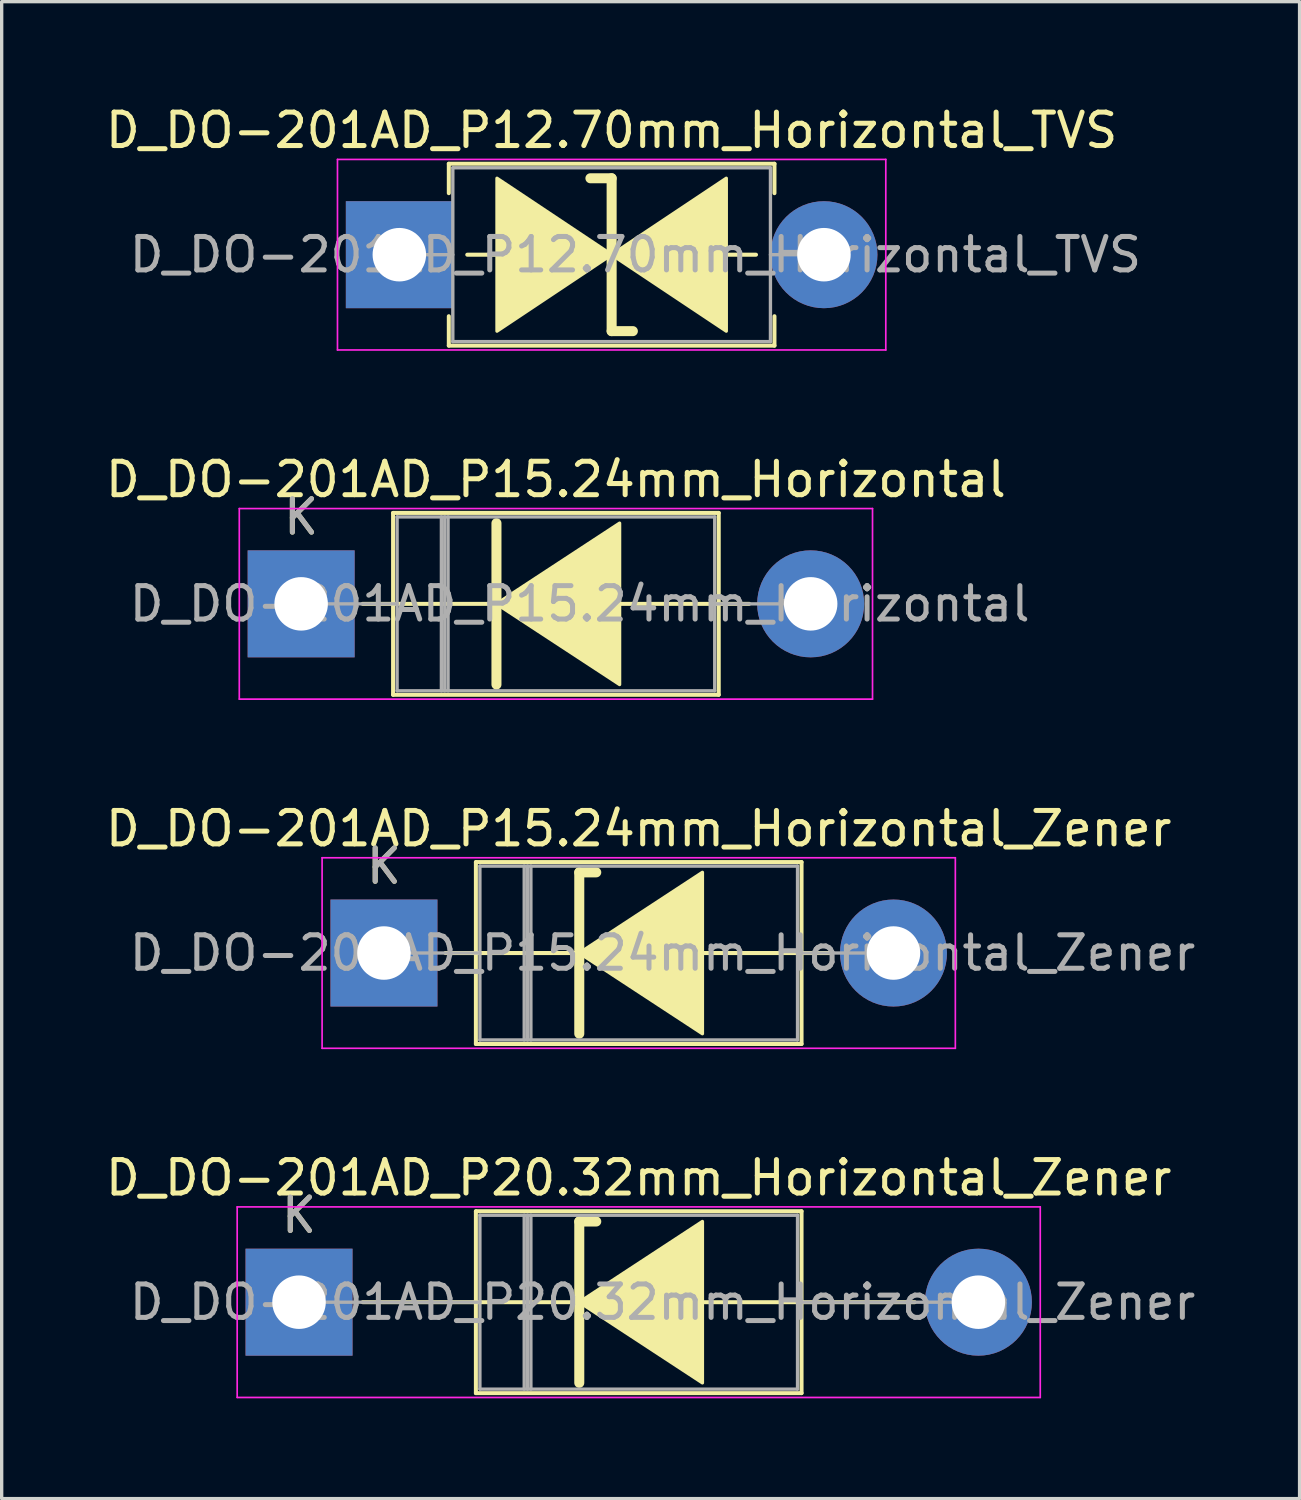
<source format=kicad_pcb>
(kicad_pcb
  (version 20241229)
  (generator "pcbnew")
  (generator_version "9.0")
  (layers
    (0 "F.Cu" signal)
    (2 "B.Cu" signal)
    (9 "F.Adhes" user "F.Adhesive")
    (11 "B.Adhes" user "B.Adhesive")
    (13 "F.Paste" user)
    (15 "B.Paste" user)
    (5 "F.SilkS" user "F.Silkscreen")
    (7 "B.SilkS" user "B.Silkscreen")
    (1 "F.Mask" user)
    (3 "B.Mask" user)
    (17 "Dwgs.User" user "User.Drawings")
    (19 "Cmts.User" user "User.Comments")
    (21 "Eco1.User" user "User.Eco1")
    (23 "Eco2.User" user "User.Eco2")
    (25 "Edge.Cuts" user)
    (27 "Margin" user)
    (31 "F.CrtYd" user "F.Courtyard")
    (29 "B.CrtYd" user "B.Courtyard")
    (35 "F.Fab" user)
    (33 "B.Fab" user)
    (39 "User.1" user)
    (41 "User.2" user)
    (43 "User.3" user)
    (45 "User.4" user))
  (footprint "D_DO-201AD_P15.24mm_Horizontal_Zener"
    (layer "F.Cu")
    (at 8.434 25.455)
    (property "Reference" "D_DO-201AD_P15.24mm_Horizontal_Zener" (at 7.62 -3.72 0) (layer "F.SilkS") (effects (font (size 1 1) (thickness 0.15))))
    (attr through_hole)
    (fp_line (start 1.84 0) (end 2.75 0) (stroke (width 0.12) (type solid)) (layer "F.SilkS"))
    (fp_line (start 2.75 -2.72) (end 2.75 2.72) (stroke (width 0.12) (type solid)) (layer "F.SilkS"))
    (fp_line (start 2.75 2.72) (end 12.49 2.72) (stroke (width 0.12) (type solid)) (layer "F.SilkS"))
    (fp_line (start 5.715 0) (end 2.75 0) (stroke (width 0.12) (type solid)) (layer "F.SilkS"))
    (fp_line (start 5.842 -2.413) (end 5.842 2.413) (stroke (width 0.3) (type solid)) (layer "F.SilkS"))
    (fp_line (start 5.842 -2.413) (end 6.35 -2.413) (stroke (width 0.3) (type solid)) (layer "F.SilkS"))
    (fp_line (start 9.525 0) (end 12.49 0) (stroke (width 0.12) (type solid)) (layer "F.SilkS"))
    (fp_line (start 12.49 -2.72) (end 2.75 -2.72) (stroke (width 0.12) (type solid)) (layer "F.SilkS"))
    (fp_line (start 12.49 2.72) (end 12.49 -2.72) (stroke (width 0.12) (type solid)) (layer "F.SilkS"))
    (fp_line (start 13.4 0) (end 12.49 0) (stroke (width 0.12) (type solid)) (layer "F.SilkS"))
    (fp_poly (pts (xy 9.525 2.413) (xy 5.842 0) (xy 9.525 -2.413)) (stroke (width 0.1) (type solid)) (fill yes) (layer "F.SilkS"))
    (fp_line (start -1.85 -2.85) (end -1.85 2.85) (stroke (width 0.05) (type solid)) (layer "F.CrtYd"))
    (fp_line (start -1.85 2.85) (end 17.09 2.85) (stroke (width 0.05) (type solid)) (layer "F.CrtYd"))
    (fp_line (start 17.09 -2.85) (end -1.85 -2.85) (stroke (width 0.05) (type solid)) (layer "F.CrtYd"))
    (fp_line (start 17.09 2.85) (end 17.09 -2.85) (stroke (width 0.05) (type solid)) (layer "F.CrtYd"))
    (fp_line (start 0 0) (end 2.87 0) (stroke (width 0.1) (type solid)) (layer "F.Fab"))
    (fp_line (start 2.87 -2.6) (end 2.87 2.6) (stroke (width 0.1) (type solid)) (layer "F.Fab"))
    (fp_line (start 2.87 2.6) (end 12.37 2.6) (stroke (width 0.1) (type solid)) (layer "F.Fab"))
    (fp_line (start 4.195 -2.6) (end 4.195 2.6) (stroke (width 0.1) (type solid)) (layer "F.Fab"))
    (fp_line (start 4.295 -2.6) (end 4.295 2.6) (stroke (width 0.1) (type solid)) (layer "F.Fab"))
    (fp_line (start 4.395 -2.6) (end 4.395 2.6) (stroke (width 0.1) (type solid)) (layer "F.Fab"))
    (fp_line (start 12.37 -2.6) (end 2.87 -2.6) (stroke (width 0.1) (type solid)) (layer "F.Fab"))
    (fp_line (start 12.37 2.6) (end 12.37 -2.6) (stroke (width 0.1) (type solid)) (layer "F.Fab"))
    (fp_line (start 15.24 0) (end 12.37 0) (stroke (width 0.1) (type solid)) (layer "F.Fab"))
    (fp_text user "K" (at 0 -2.6 0) (layer "F.SilkS") (effects (font (size 1 1) (thickness 0.15))))
    (fp_text user "${REFERENCE}" (at 8.332 0 0) (layer "F.Fab") (effects (font (size 1 1) (thickness 0.15))))
    (fp_text user "K" (at 0 -2.6 0) (layer "F.Fab") (effects (font (size 1 1) (thickness 0.15))))
    (pad "1" thru_hole rect (at 0 0) (size 3.2 3.2) (drill 1.6) (layers "*.Cu" "*.Mask"))
    (pad "2" thru_hole oval (at 15.24 0) (size 3.2 3.2) (drill 1.6) (layers "*.Cu" "*.Mask")))
  (footprint "D_DO-201AD_P15.24mm_Horizontal"
    (layer "F.Cu")
    (at 5.957 15.011)
    (property "Reference" "D_DO-201AD_P15.24mm_Horizontal" (at 7.62 -3.72 0) (layer "F.SilkS") (effects (font (size 1 1) (thickness 0.15))))
    (attr through_hole)
    (fp_line (start 1.84 0) (end 2.75 0) (stroke (width 0.12) (type solid)) (layer "F.SilkS"))
    (fp_line (start 2.75 -2.72) (end 2.75 2.72) (stroke (width 0.12) (type solid)) (layer "F.SilkS"))
    (fp_line (start 2.75 2.72) (end 12.49 2.72) (stroke (width 0.12) (type solid)) (layer "F.SilkS"))
    (fp_line (start 5.715 0) (end 2.75 0) (stroke (width 0.12) (type solid)) (layer "F.SilkS"))
    (fp_line (start 5.842 -2.413) (end 5.842 2.413) (stroke (width 0.3) (type solid)) (layer "F.SilkS"))
    (fp_line (start 9.525 0) (end 12.49 0) (stroke (width 0.12) (type solid)) (layer "F.SilkS"))
    (fp_line (start 12.49 -2.72) (end 2.75 -2.72) (stroke (width 0.12) (type solid)) (layer "F.SilkS"))
    (fp_line (start 12.49 2.72) (end 12.49 -2.72) (stroke (width 0.12) (type solid)) (layer "F.SilkS"))
    (fp_line (start 13.4 0) (end 12.49 0) (stroke (width 0.12) (type solid)) (layer "F.SilkS"))
    (fp_poly (pts (xy 9.525 2.413) (xy 5.842 0) (xy 9.525 -2.413)) (stroke (width 0.1) (type solid)) (fill yes) (layer "F.SilkS"))
    (fp_line (start -1.85 -2.85) (end -1.85 2.85) (stroke (width 0.05) (type solid)) (layer "F.CrtYd"))
    (fp_line (start -1.85 2.85) (end 17.09 2.85) (stroke (width 0.05) (type solid)) (layer "F.CrtYd"))
    (fp_line (start 17.09 -2.85) (end -1.85 -2.85) (stroke (width 0.05) (type solid)) (layer "F.CrtYd"))
    (fp_line (start 17.09 2.85) (end 17.09 -2.85) (stroke (width 0.05) (type solid)) (layer "F.CrtYd"))
    (fp_line (start 0 0) (end 2.87 0) (stroke (width 0.1) (type solid)) (layer "F.Fab"))
    (fp_line (start 2.87 -2.6) (end 2.87 2.6) (stroke (width 0.1) (type solid)) (layer "F.Fab"))
    (fp_line (start 2.87 2.6) (end 12.37 2.6) (stroke (width 0.1) (type solid)) (layer "F.Fab"))
    (fp_line (start 4.195 -2.6) (end 4.195 2.6) (stroke (width 0.1) (type solid)) (layer "F.Fab"))
    (fp_line (start 4.295 -2.6) (end 4.295 2.6) (stroke (width 0.1) (type solid)) (layer "F.Fab"))
    (fp_line (start 4.395 -2.6) (end 4.395 2.6) (stroke (width 0.1) (type solid)) (layer "F.Fab"))
    (fp_line (start 12.37 -2.6) (end 2.87 -2.6) (stroke (width 0.1) (type solid)) (layer "F.Fab"))
    (fp_line (start 12.37 2.6) (end 12.37 -2.6) (stroke (width 0.1) (type solid)) (layer "F.Fab"))
    (fp_line (start 15.24 0) (end 12.37 0) (stroke (width 0.1) (type solid)) (layer "F.Fab"))
    (fp_text user "K" (at 0 -2.6 0) (layer "F.SilkS") (effects (font (size 1 1) (thickness 0.15))))
    (fp_text user "${REFERENCE}" (at 8.332 0 0) (layer "F.Fab") (effects (font (size 1 1) (thickness 0.15))))
    (fp_text user "K" (at 0 -2.6 0) (layer "F.Fab") (effects (font (size 1 1) (thickness 0.15))))
    (pad "1" thru_hole rect (at 0 0) (size 3.2 3.2) (drill 1.6) (layers "*.Cu" "*.Mask"))
    (pad "2" thru_hole oval (at 15.24 0) (size 3.2 3.2) (drill 1.6) (layers "*.Cu" "*.Mask")))
  (footprint "D_DO-201AD_P12.70mm_Horizontal_TVS"
    (layer "F.Cu")
    (at 8.894 4.568)
    (property "Reference" "D_DO-201AD_P12.70mm_Horizontal_TVS" (at 6.35 -3.72 0) (layer "F.SilkS") (effects (font (size 1 1) (thickness 0.15))))
    (attr through_hole)
    (fp_line (start 1.48 -2.72) (end 11.22 -2.72) (stroke (width 0.12) (type solid)) (layer "F.SilkS"))
    (fp_line (start 1.48 -1.84) (end 1.48 -2.72) (stroke (width 0.12) (type solid)) (layer "F.SilkS"))
    (fp_line (start 1.48 1.84) (end 1.48 2.72) (stroke (width 0.12) (type solid)) (layer "F.SilkS"))
    (fp_line (start 1.48 2.72) (end 11.22 2.72) (stroke (width 0.12) (type solid)) (layer "F.SilkS"))
    (fp_line (start 2.032 0) (end 2.921 0) (stroke (width 0.12) (type solid)) (layer "F.SilkS"))
    (fp_line (start 6.35 -2.286) (end 5.715 -2.286) (stroke (width 0.3) (type solid)) (layer "F.SilkS"))
    (fp_line (start 6.35 2.286) (end 6.35 -2.286) (stroke (width 0.3) (type solid)) (layer "F.SilkS"))
    (fp_line (start 6.985 2.286) (end 6.35 2.286) (stroke (width 0.3) (type solid)) (layer "F.SilkS"))
    (fp_line (start 9.779 0) (end 10.668 0) (stroke (width 0.12) (type solid)) (layer "F.SilkS"))
    (fp_line (start 11.22 -2.72) (end 11.22 -1.84) (stroke (width 0.12) (type solid)) (layer "F.SilkS"))
    (fp_line (start 11.22 2.72) (end 11.22 1.84) (stroke (width 0.12) (type solid)) (layer "F.SilkS"))
    (fp_poly (pts (xy 6.35 0) (xy 2.921 2.286) (xy 2.921 -2.286)) (stroke (width 0.1) (type solid)) (fill yes) (layer "F.SilkS"))
    (fp_poly (pts (xy 6.35 0) (xy 9.779 -2.286) (xy 9.779 2.286)) (stroke (width 0.1) (type solid)) (fill yes) (layer "F.SilkS"))
    (fp_line (start -1.85 -2.85) (end -1.85 2.85) (stroke (width 0.05) (type solid)) (layer "F.CrtYd"))
    (fp_line (start -1.85 2.85) (end 14.55 2.85) (stroke (width 0.05) (type solid)) (layer "F.CrtYd"))
    (fp_line (start 14.55 -2.85) (end -1.85 -2.85) (stroke (width 0.05) (type solid)) (layer "F.CrtYd"))
    (fp_line (start 14.55 2.85) (end 14.55 -2.85) (stroke (width 0.05) (type solid)) (layer "F.CrtYd"))
    (fp_line (start 0 0) (end 1.6 0) (stroke (width 0.1) (type solid)) (layer "F.Fab"))
    (fp_line (start 1.6 -2.6) (end 1.6 2.6) (stroke (width 0.1) (type solid)) (layer "F.Fab"))
    (fp_line (start 1.6 2.6) (end 11.1 2.6) (stroke (width 0.1) (type solid)) (layer "F.Fab"))
    (fp_line (start 11.1 -2.6) (end 1.6 -2.6) (stroke (width 0.1) (type solid)) (layer "F.Fab"))
    (fp_line (start 11.1 2.6) (end 11.1 -2.6) (stroke (width 0.1) (type solid)) (layer "F.Fab"))
    (fp_line (start 12.7 0) (end 11.1 0) (stroke (width 0.1) (type solid)) (layer "F.Fab"))
    (fp_text user "${REFERENCE}" (at 7.062 0 0) (layer "F.Fab") (effects (font (size 1 1) (thickness 0.15))))
    (pad "1" thru_hole rect (at 0 0) (size 3.2 3.2) (drill 1.6) (layers "*.Cu" "*.Mask"))
    (pad "2" thru_hole oval (at 12.7 0) (size 3.2 3.2) (drill 1.6) (layers "*.Cu" "*.Mask")))
  (footprint "D_DO-201AD_P20.32mm_Horizontal_Zener"
    (layer "F.Cu")
    (at 5.894 35.898)
    (property "Reference" "D_DO-201AD_P20.32mm_Horizontal_Zener" (at 10.16 -3.72 0) (layer "F.SilkS") (effects (font (size 1 1) (thickness 0.15))))
    (attr through_hole)
    (fp_line (start 1.905 0) (end 5.29 0) (stroke (width 0.12) (type solid)) (layer "F.SilkS"))
    (fp_line (start 5.29 -2.72) (end 5.29 2.72) (stroke (width 0.12) (type solid)) (layer "F.SilkS"))
    (fp_line (start 5.29 2.72) (end 15.03 2.72) (stroke (width 0.12) (type solid)) (layer "F.SilkS"))
    (fp_line (start 8.255 0) (end 5.29 0) (stroke (width 0.12) (type solid)) (layer "F.SilkS"))
    (fp_line (start 8.382 -2.413) (end 8.382 2.413) (stroke (width 0.3) (type solid)) (layer "F.SilkS"))
    (fp_line (start 8.382 -2.413) (end 8.89 -2.413) (stroke (width 0.3) (type solid)) (layer "F.SilkS"))
    (fp_line (start 12.065 0) (end 15.03 0) (stroke (width 0.12) (type solid)) (layer "F.SilkS"))
    (fp_line (start 15.03 -2.72) (end 5.29 -2.72) (stroke (width 0.12) (type solid)) (layer "F.SilkS"))
    (fp_line (start 15.03 2.72) (end 15.03 -2.72) (stroke (width 0.12) (type solid)) (layer "F.SilkS"))
    (fp_line (start 18.415 0) (end 15.03 0) (stroke (width 0.12) (type solid)) (layer "F.SilkS"))
    (fp_poly (pts (xy 12.065 2.413) (xy 8.382 0) (xy 12.065 -2.413)) (stroke (width 0.1) (type solid)) (fill yes) (layer "F.SilkS"))
    (fp_line (start -1.85 -2.85) (end -1.85 2.85) (stroke (width 0.05) (type solid)) (layer "F.CrtYd"))
    (fp_line (start -1.85 2.85) (end 22.17 2.85) (stroke (width 0.05) (type solid)) (layer "F.CrtYd"))
    (fp_line (start 22.17 -2.85) (end -1.85 -2.85) (stroke (width 0.05) (type solid)) (layer "F.CrtYd"))
    (fp_line (start 22.17 2.85) (end 22.17 -2.85) (stroke (width 0.05) (type solid)) (layer "F.CrtYd"))
    (fp_line (start 0 0) (end 5.41 0) (stroke (width 0.1) (type solid)) (layer "F.Fab"))
    (fp_line (start 5.41 -2.6) (end 5.41 2.6) (stroke (width 0.1) (type solid)) (layer "F.Fab"))
    (fp_line (start 5.41 2.6) (end 14.91 2.6) (stroke (width 0.1) (type solid)) (layer "F.Fab"))
    (fp_line (start 6.735 -2.6) (end 6.735 2.6) (stroke (width 0.1) (type solid)) (layer "F.Fab"))
    (fp_line (start 6.835 -2.6) (end 6.835 2.6) (stroke (width 0.1) (type solid)) (layer "F.Fab"))
    (fp_line (start 6.935 -2.6) (end 6.935 2.6) (stroke (width 0.1) (type solid)) (layer "F.Fab"))
    (fp_line (start 14.91 -2.6) (end 5.41 -2.6) (stroke (width 0.1) (type solid)) (layer "F.Fab"))
    (fp_line (start 14.91 2.6) (end 14.91 -2.6) (stroke (width 0.1) (type solid)) (layer "F.Fab"))
    (fp_line (start 20.32 0) (end 14.91 0) (stroke (width 0.1) (type solid)) (layer "F.Fab"))
    (fp_text user "K" (at 0 -2.6 0) (layer "F.SilkS") (effects (font (size 1 1) (thickness 0.15))))
    (fp_text user "${REFERENCE}" (at 10.873 0 0) (layer "F.Fab") (effects (font (size 1 1) (thickness 0.15))))
    (fp_text user "K" (at 0 -2.6 0) (layer "F.Fab") (effects (font (size 1 1) (thickness 0.15))))
    (pad "1" thru_hole rect (at 0 0) (size 3.2 3.2) (drill 1.6) (layers "*.Cu" "*.Mask"))
    (pad "2" thru_hole oval (at 20.32 0) (size 3.2 3.2) (drill 1.6) (layers "*.Cu" "*.Mask")))
  (gr_rect
    (start -3 -3)
    (end 35.82 41.773)
    (stroke (width 0.1) (type default))
    (fill no)
    (layer "Edge.Cuts")))
</source>
